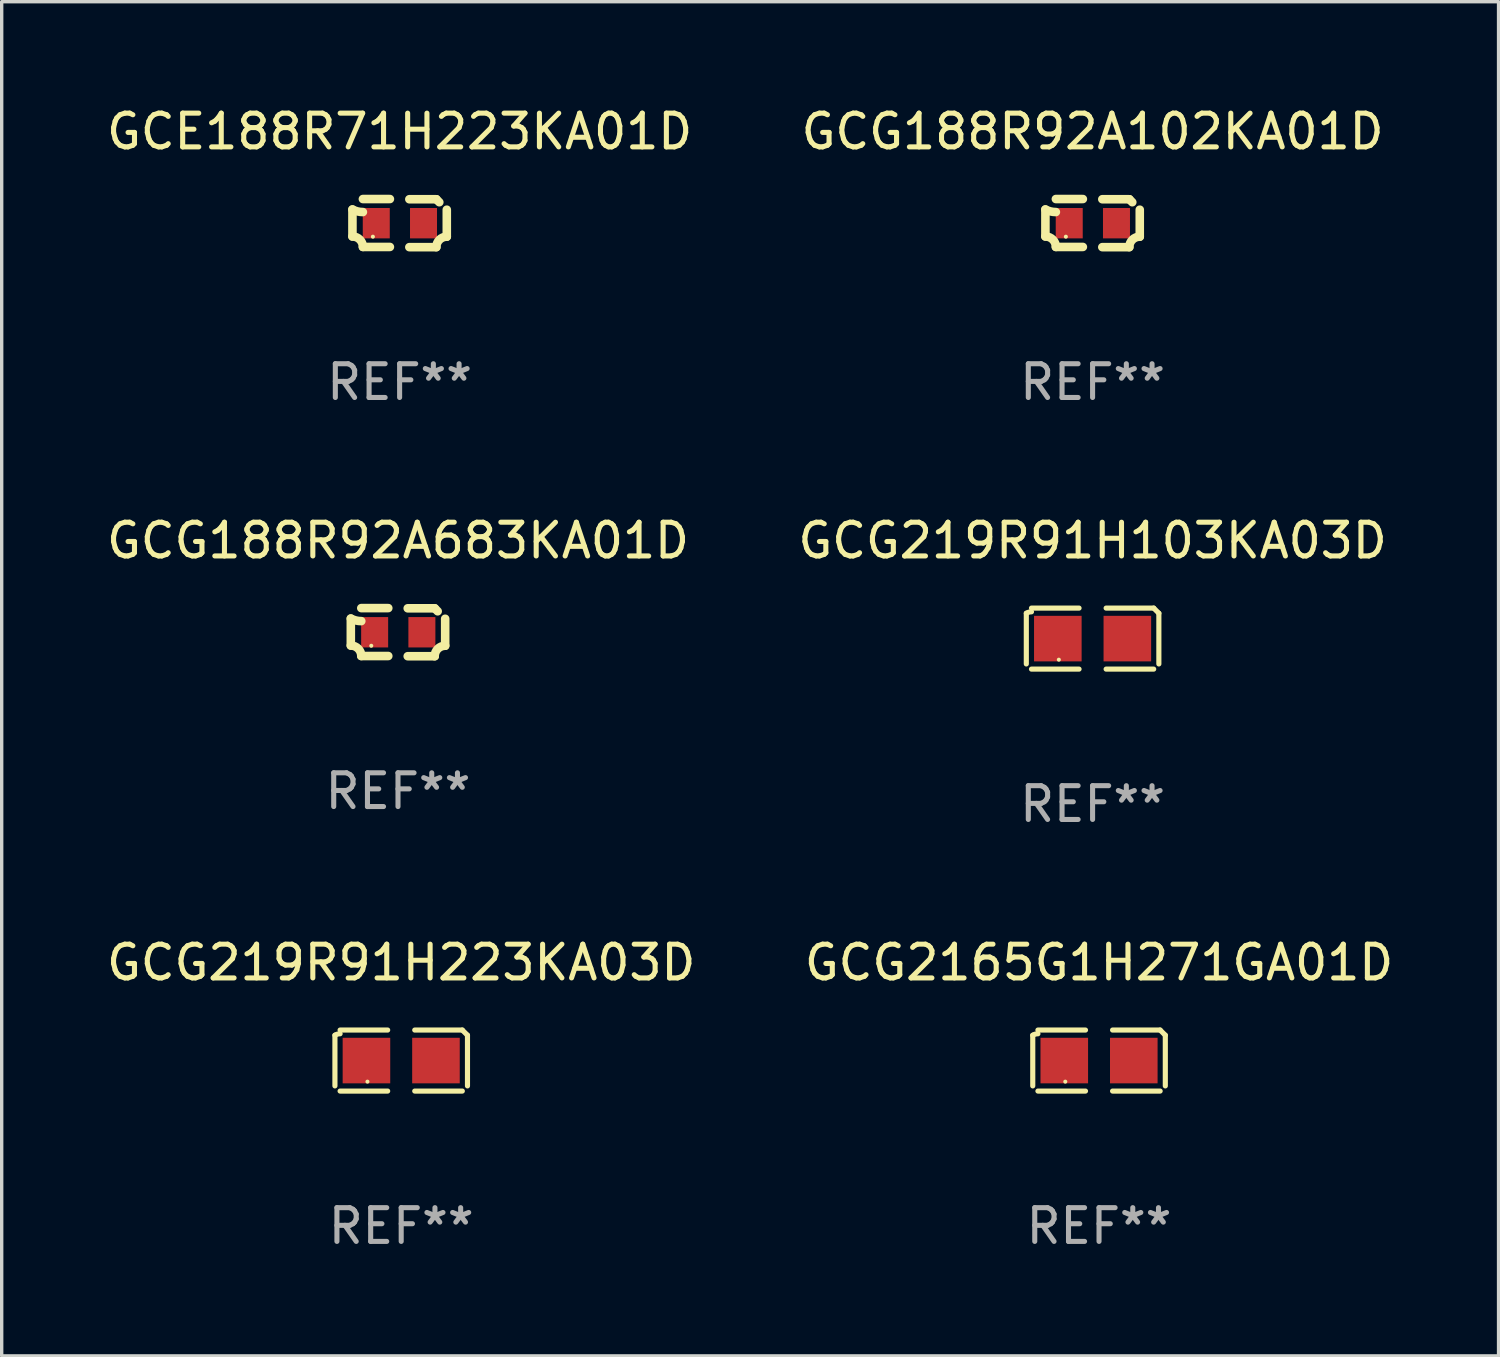
<source format=kicad_pcb>
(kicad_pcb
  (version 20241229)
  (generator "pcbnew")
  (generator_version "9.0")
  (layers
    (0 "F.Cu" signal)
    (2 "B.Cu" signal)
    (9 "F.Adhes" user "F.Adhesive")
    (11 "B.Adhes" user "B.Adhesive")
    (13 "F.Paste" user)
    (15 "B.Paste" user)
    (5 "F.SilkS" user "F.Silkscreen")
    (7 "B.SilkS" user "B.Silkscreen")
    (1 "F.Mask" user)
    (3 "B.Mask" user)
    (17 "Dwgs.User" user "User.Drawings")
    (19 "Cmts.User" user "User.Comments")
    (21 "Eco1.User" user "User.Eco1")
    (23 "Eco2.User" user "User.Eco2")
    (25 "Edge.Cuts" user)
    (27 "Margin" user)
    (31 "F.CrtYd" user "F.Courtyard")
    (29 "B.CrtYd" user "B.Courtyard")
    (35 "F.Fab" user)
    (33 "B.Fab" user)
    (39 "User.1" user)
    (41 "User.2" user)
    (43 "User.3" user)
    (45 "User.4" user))
  (footprint "GCG219R91H223KA03D"
    (layer "F.Cu")
    (at 8.839 28.378)
    (property "Reference" "GCG219R91H223KA03D" (at 0 -2.904 0) (layer "F.SilkS") (effects (font (size 1 1) (thickness 0.15))))
    (attr through_hole)
    (fp_line (start -1.964 0.751) (end -1.964 -0.751) (stroke (width 0.152) (type solid)) (layer "F.SilkS"))
    (fp_line (start -1.811 -0.904) (end -0.401 -0.904) (stroke (width 0.152) (type solid)) (layer "F.SilkS"))
    (fp_line (start -0.401 0.904) (end -1.811 0.904) (stroke (width 0.152) (type solid)) (layer "F.SilkS"))
    (fp_line (start 0.401 0.904) (end 1.811 0.904) (stroke (width 0.152) (type solid)) (layer "F.SilkS"))
    (fp_line (start 1.811 -0.904) (end 0.401 -0.904) (stroke (width 0.152) (type solid)) (layer "F.SilkS"))
    (fp_line (start 1.964 0.751) (end 1.964 -0.751) (stroke (width 0.152) (type solid)) (layer "F.SilkS"))
    (fp_arc (start -1.963602 -0.751207) (mid -1.890354 -0.783131) (end -1.811201 -0.794044) (stroke (width 0.1524) (type solid)) (layer "F.SilkS"))
    (fp_arc (start 1.811202 -0.903607) (mid 1.887413 -0.827418) (end 1.963602 -0.751207) (stroke (width 0.1524) (type solid)) (layer "F.SilkS"))
    (fp_circle (center -1 0.625) (end -0.97 0.625) (stroke (width 0.06) (type solid)) (fill no) (layer "F.SilkS"))
    (fp_text user "REF**" (at 0 4.904 0) (layer "F.Fab") (effects (font (size 1 1) (thickness 0.15))))
    (pad "1" smd rect (at -1.03 0) (size 1.41 1.35) (layers "F.Cu" "F.Mask" "F.Paste"))
    (pad "2" smd rect (at 1.03 0) (size 1.41 1.35) (layers "F.Cu" "F.Mask" "F.Paste")))
  (footprint "GCG188R92A683KA01D"
    (layer "F.Cu")
    (at 8.744 15.683)
    (property "Reference" "GCG188R92A683KA01D" (at 0 -2.713 0) (layer "F.SilkS") (effects (font (size 1 1) (thickness 0.15))))
    (attr through_hole)
    (fp_line (start -1.398 -0.403) (end -1.398 0.397) (stroke (width 0.254) (type solid)) (layer "F.SilkS"))
    (fp_line (start -0.288 -0.713) (end -1.088 -0.713) (stroke (width 0.254) (type solid)) (layer "F.SilkS"))
    (fp_line (start -0.288 0.707) (end -1.088 0.707) (stroke (width 0.254) (type solid)) (layer "F.SilkS"))
    (fp_line (start 0.288 -0.707) (end 1.088 -0.707) (stroke (width 0.254) (type solid)) (layer "F.SilkS"))
    (fp_line (start 0.288 0.713) (end 1.088 0.713) (stroke (width 0.254) (type solid)) (layer "F.SilkS"))
    (fp_line (start 1.398 -0.397) (end 1.398 0.403) (stroke (width 0.254) (type solid)) (layer "F.SilkS"))
    (fp_arc (start -1.397789 0.397066) (mid -1.178701 0.487826) (end -1.08796 0.706922) (stroke (width 0.254001) (type solid)) (layer "F.SilkS"))
    (fp_arc (start -1.08796 -0.327176) (mid -1.247436 -0.346384) (end -1.39779 -0.402908) (stroke (width 0.254001) (type solid)) (layer "F.SilkS"))
    (fp_arc (start 1.087909 0.712738) (mid 1.178656 0.493655) (end 1.397739 0.402908) (stroke (width 0.254001) (type solid)) (layer "F.SilkS"))
    (fp_arc (start 1.175925 -0.618926) (mid 1.131917 -0.662923) (end 1.08791 -0.706922) (stroke (width 0.254001) (type solid)) (layer "F.SilkS"))
    (fp_circle (center -0.792 0.403) (end -0.762 0.403) (stroke (width 0.06) (type solid)) (fill no) (layer "F.SilkS"))
    (fp_text user "REF**" (at 0 4.713 0) (layer "F.Fab") (effects (font (size 1 1) (thickness 0.15))))
    (pad "1" smd rect (at -0.692 0.003) (size 0.8 0.9) (layers "F.Cu" "F.Mask" "F.Paste"))
    (pad "2" smd rect (at 0.708 0.003) (size 0.8 0.9) (layers "F.Cu" "F.Mask" "F.Paste")))
  (footprint "GCG219R91H103KA03D"
    (layer "F.Cu")
    (at 29.327 15.874)
    (property "Reference" "GCG219R91H103KA03D" (at 0 -2.904 0) (layer "F.SilkS") (effects (font (size 1 1) (thickness 0.15))))
    (attr through_hole)
    (fp_line (start -1.964 0.751) (end -1.964 -0.751) (stroke (width 0.152) (type solid)) (layer "F.SilkS"))
    (fp_line (start -1.811 -0.904) (end -0.401 -0.904) (stroke (width 0.152) (type solid)) (layer "F.SilkS"))
    (fp_line (start -0.401 0.904) (end -1.811 0.904) (stroke (width 0.152) (type solid)) (layer "F.SilkS"))
    (fp_line (start 0.401 0.904) (end 1.811 0.904) (stroke (width 0.152) (type solid)) (layer "F.SilkS"))
    (fp_line (start 1.811 -0.904) (end 0.401 -0.904) (stroke (width 0.152) (type solid)) (layer "F.SilkS"))
    (fp_line (start 1.964 0.751) (end 1.964 -0.751) (stroke (width 0.152) (type solid)) (layer "F.SilkS"))
    (fp_arc (start -1.963602 -0.751207) (mid -1.890354 -0.783131) (end -1.811201 -0.794044) (stroke (width 0.1524) (type solid)) (layer "F.SilkS"))
    (fp_arc (start 1.811202 -0.903607) (mid 1.887413 -0.827418) (end 1.963602 -0.751207) (stroke (width 0.1524) (type solid)) (layer "F.SilkS"))
    (fp_circle (center -1 0.625) (end -0.97 0.625) (stroke (width 0.06) (type solid)) (fill no) (layer "F.SilkS"))
    (fp_text user "REF**" (at 0 4.904 0) (layer "F.Fab") (effects (font (size 1 1) (thickness 0.15))))
    (pad "1" smd rect (at -1.03 0) (size 1.41 1.35) (layers "F.Cu" "F.Mask" "F.Paste"))
    (pad "2" smd rect (at 1.03 0) (size 1.41 1.35) (layers "F.Cu" "F.Mask" "F.Paste")))
  (footprint "GCG2165G1H271GA01D"
    (layer "F.Cu")
    (at 29.518 28.378)
    (property "Reference" "GCG2165G1H271GA01D" (at 0 -2.904 0) (layer "F.SilkS") (effects (font (size 1 1) (thickness 0.15))))
    (attr through_hole)
    (fp_line (start -1.964 0.751) (end -1.964 -0.751) (stroke (width 0.152) (type solid)) (layer "F.SilkS"))
    (fp_line (start -1.811 -0.904) (end -0.401 -0.904) (stroke (width 0.152) (type solid)) (layer "F.SilkS"))
    (fp_line (start -0.401 0.904) (end -1.811 0.904) (stroke (width 0.152) (type solid)) (layer "F.SilkS"))
    (fp_line (start 0.401 0.904) (end 1.811 0.904) (stroke (width 0.152) (type solid)) (layer "F.SilkS"))
    (fp_line (start 1.811 -0.904) (end 0.401 -0.904) (stroke (width 0.152) (type solid)) (layer "F.SilkS"))
    (fp_line (start 1.964 0.751) (end 1.964 -0.751) (stroke (width 0.152) (type solid)) (layer "F.SilkS"))
    (fp_arc (start -1.963602 -0.751207) (mid -1.890354 -0.783131) (end -1.811201 -0.794044) (stroke (width 0.1524) (type solid)) (layer "F.SilkS"))
    (fp_arc (start 1.811202 -0.903607) (mid 1.887413 -0.827418) (end 1.963602 -0.751207) (stroke (width 0.1524) (type solid)) (layer "F.SilkS"))
    (fp_circle (center -1 0.625) (end -0.97 0.625) (stroke (width 0.06) (type solid)) (fill no) (layer "F.SilkS"))
    (fp_text user "REF**" (at 0 4.904 0) (layer "F.Fab") (effects (font (size 1 1) (thickness 0.15))))
    (pad "1" smd rect (at -1.03 0) (size 1.41 1.35) (layers "F.Cu" "F.Mask" "F.Paste"))
    (pad "2" smd rect (at 1.03 0) (size 1.41 1.35) (layers "F.Cu" "F.Mask" "F.Paste")))
  (footprint "GCG188R92A102KA01D"
    (layer "F.Cu")
    (at 29.327 3.561)
    (property "Reference" "GCG188R92A102KA01D" (at 0 -2.713 0) (layer "F.SilkS") (effects (font (size 1 1) (thickness 0.15))))
    (attr through_hole)
    (fp_line (start -1.398 -0.403) (end -1.398 0.397) (stroke (width 0.254) (type solid)) (layer "F.SilkS"))
    (fp_line (start -0.288 -0.713) (end -1.088 -0.713) (stroke (width 0.254) (type solid)) (layer "F.SilkS"))
    (fp_line (start -0.288 0.707) (end -1.088 0.707) (stroke (width 0.254) (type solid)) (layer "F.SilkS"))
    (fp_line (start 0.288 -0.707) (end 1.088 -0.707) (stroke (width 0.254) (type solid)) (layer "F.SilkS"))
    (fp_line (start 0.288 0.713) (end 1.088 0.713) (stroke (width 0.254) (type solid)) (layer "F.SilkS"))
    (fp_line (start 1.398 -0.397) (end 1.398 0.403) (stroke (width 0.254) (type solid)) (layer "F.SilkS"))
    (fp_arc (start -1.397789 0.397066) (mid -1.178701 0.487826) (end -1.08796 0.706922) (stroke (width 0.254001) (type solid)) (layer "F.SilkS"))
    (fp_arc (start -1.08796 -0.327176) (mid -1.247436 -0.346384) (end -1.39779 -0.402908) (stroke (width 0.254001) (type solid)) (layer "F.SilkS"))
    (fp_arc (start 1.087909 0.712738) (mid 1.178656 0.493655) (end 1.397739 0.402908) (stroke (width 0.254001) (type solid)) (layer "F.SilkS"))
    (fp_arc (start 1.175925 -0.618926) (mid 1.131917 -0.662923) (end 1.08791 -0.706922) (stroke (width 0.254001) (type solid)) (layer "F.SilkS"))
    (fp_circle (center -0.792 0.403) (end -0.762 0.403) (stroke (width 0.06) (type solid)) (fill no) (layer "F.SilkS"))
    (fp_text user "REF**" (at 0 4.713 0) (layer "F.Fab") (effects (font (size 1 1) (thickness 0.15))))
    (pad "1" smd rect (at -0.692 0.003) (size 0.8 0.9) (layers "F.Cu" "F.Mask" "F.Paste"))
    (pad "2" smd rect (at 0.708 0.003) (size 0.8 0.9) (layers "F.Cu" "F.Mask" "F.Paste")))
  (footprint "GCE188R71H223KA01D"
    (layer "F.Cu")
    (at 8.792 3.561)
    (property "Reference" "GCE188R71H223KA01D" (at 0 -2.713 0) (layer "F.SilkS") (effects (font (size 1 1) (thickness 0.15))))
    (attr through_hole)
    (fp_line (start -1.398 -0.403) (end -1.398 0.397) (stroke (width 0.254) (type solid)) (layer "F.SilkS"))
    (fp_line (start -0.288 -0.713) (end -1.088 -0.713) (stroke (width 0.254) (type solid)) (layer "F.SilkS"))
    (fp_line (start -0.288 0.707) (end -1.088 0.707) (stroke (width 0.254) (type solid)) (layer "F.SilkS"))
    (fp_line (start 0.288 -0.707) (end 1.088 -0.707) (stroke (width 0.254) (type solid)) (layer "F.SilkS"))
    (fp_line (start 0.288 0.713) (end 1.088 0.713) (stroke (width 0.254) (type solid)) (layer "F.SilkS"))
    (fp_line (start 1.398 -0.397) (end 1.398 0.403) (stroke (width 0.254) (type solid)) (layer "F.SilkS"))
    (fp_arc (start -1.397789 0.397066) (mid -1.178701 0.487826) (end -1.08796 0.706922) (stroke (width 0.254001) (type solid)) (layer "F.SilkS"))
    (fp_arc (start -1.08796 -0.327176) (mid -1.247436 -0.346384) (end -1.39779 -0.402908) (stroke (width 0.254001) (type solid)) (layer "F.SilkS"))
    (fp_arc (start 1.087909 0.712738) (mid 1.178656 0.493655) (end 1.397739 0.402908) (stroke (width 0.254001) (type solid)) (layer "F.SilkS"))
    (fp_arc (start 1.175925 -0.618926) (mid 1.131917 -0.662923) (end 1.08791 -0.706922) (stroke (width 0.254001) (type solid)) (layer "F.SilkS"))
    (fp_circle (center -0.792 0.403) (end -0.762 0.403) (stroke (width 0.06) (type solid)) (fill no) (layer "F.SilkS"))
    (fp_text user "REF**" (at 0 4.713 0) (layer "F.Fab") (effects (font (size 1 1) (thickness 0.15))))
    (pad "1" smd rect (at -0.692 0.003) (size 0.8 0.9) (layers "F.Cu" "F.Mask" "F.Paste"))
    (pad "2" smd rect (at 0.708 0.003) (size 0.8 0.9) (layers "F.Cu" "F.Mask" "F.Paste")))
  (gr_rect
    (start -3 -3)
    (end 41.357 37.129)
    (stroke (width 0.1) (type default))
    (fill no)
    (layer "Edge.Cuts")))
</source>
